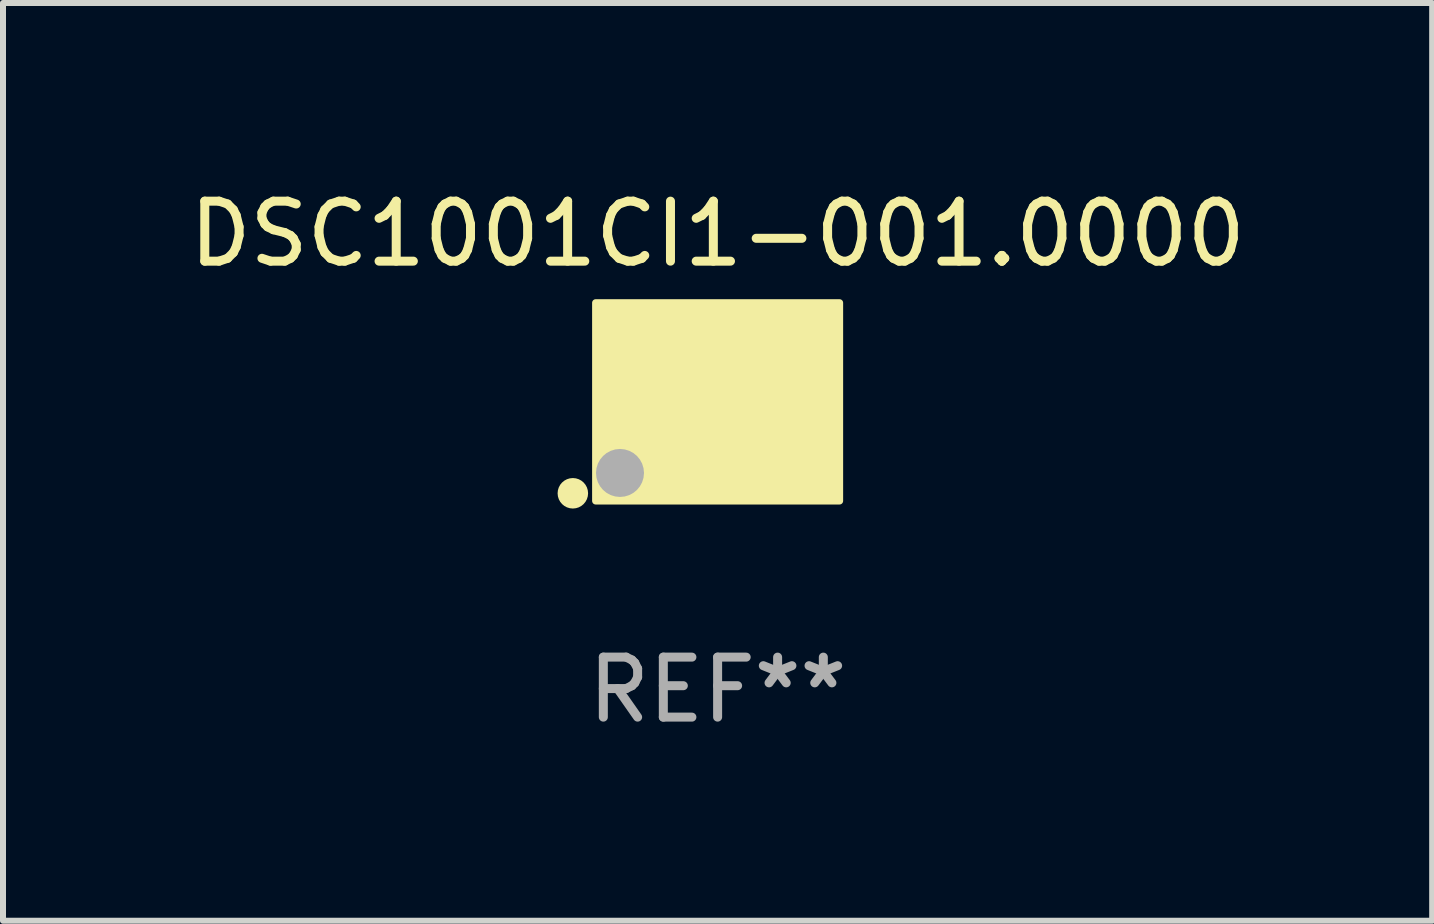
<source format=kicad_pcb>
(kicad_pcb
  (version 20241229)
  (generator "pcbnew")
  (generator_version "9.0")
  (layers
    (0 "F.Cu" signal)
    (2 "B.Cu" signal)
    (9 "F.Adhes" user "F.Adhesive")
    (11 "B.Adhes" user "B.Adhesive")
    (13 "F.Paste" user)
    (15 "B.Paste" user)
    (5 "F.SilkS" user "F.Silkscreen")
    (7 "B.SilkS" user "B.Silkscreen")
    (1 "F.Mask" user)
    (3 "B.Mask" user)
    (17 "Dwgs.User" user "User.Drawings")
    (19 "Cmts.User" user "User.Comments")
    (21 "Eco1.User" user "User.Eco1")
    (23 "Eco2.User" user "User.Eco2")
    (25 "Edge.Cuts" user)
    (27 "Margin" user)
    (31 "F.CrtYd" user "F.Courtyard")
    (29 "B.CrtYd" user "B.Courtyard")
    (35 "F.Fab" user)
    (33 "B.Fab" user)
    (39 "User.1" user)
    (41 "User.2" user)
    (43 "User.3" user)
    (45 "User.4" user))
  (footprint "DSC1001CI1-001.0000"
    (layer "F.Cu")
    (at 8.911 3.648)
    (property "Reference" "DSC1001CI1-001.0000" (at 0 -2.8 0) (layer "F.SilkS") (effects (font (size 1 1) (thickness 0.15))))
    (attr through_hole)
    (fp_circle (center -2.413 1.524) (end -2.286 1.524) (stroke (width 0.254) (type solid)) (fill no) (layer "F.SilkS"))
    (fp_circle (center -1.6 1.25) (end -1.57 1.25) (stroke (width 0.06) (type solid)) (fill no) (layer "F.SilkS"))
    (fp_poly (pts (xy -2.032 -1.651) (xy 2.032 -1.651) (xy 2.032 1.651) (xy -2.032 1.651)) (stroke (width 0.12) (type solid)) (fill yes) (layer "F.SilkS"))
    (fp_circle (center -1.627 1.185) (end -1.427 1.185) (stroke (width 0.4) (type solid)) (fill no) (layer "F.Fab"))
    (fp_text user "REF**" (at 0 4.8 0) (layer "F.Fab") (effects (font (size 1 1) (thickness 0.15))))
    (pad "1" smd rect (at -1.05 0.8) (size 1.4 1.2) (layers "F.Cu" "F.Mask" "F.Paste"))
    (pad "2" smd rect (at 1.05 0.8) (size 1.4 1.2) (layers "F.Cu" "F.Mask" "F.Paste"))
    (pad "3" smd rect (at 1.05 -0.8) (size 1.4 1.2) (layers "F.Cu" "F.Mask" "F.Paste"))
    (pad "4" smd rect (at -1.05 -0.8) (size 1.4 1.2) (layers "F.Cu" "F.Mask" "F.Paste")))
  (gr_rect
    (start -3 -3)
    (end 20.821 12.297)
    (stroke (width 0.1) (type default))
    (fill no)
    (layer "Edge.Cuts")))
</source>
